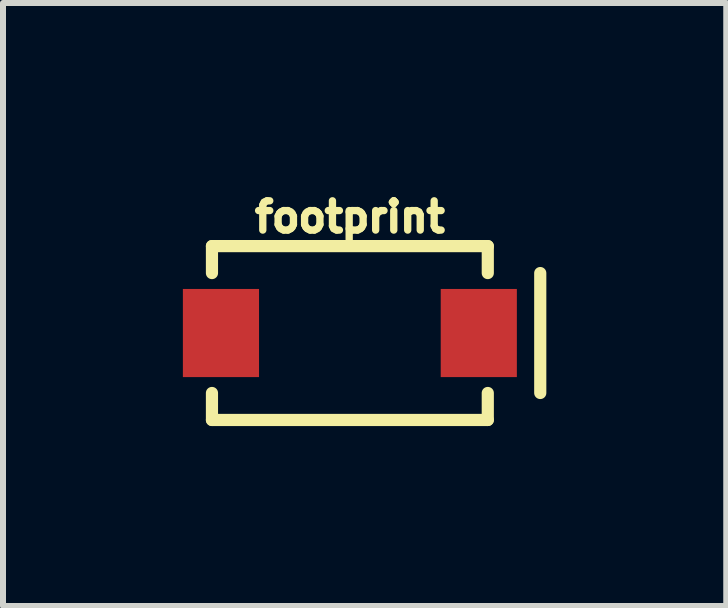
<source format=kicad_pcb>
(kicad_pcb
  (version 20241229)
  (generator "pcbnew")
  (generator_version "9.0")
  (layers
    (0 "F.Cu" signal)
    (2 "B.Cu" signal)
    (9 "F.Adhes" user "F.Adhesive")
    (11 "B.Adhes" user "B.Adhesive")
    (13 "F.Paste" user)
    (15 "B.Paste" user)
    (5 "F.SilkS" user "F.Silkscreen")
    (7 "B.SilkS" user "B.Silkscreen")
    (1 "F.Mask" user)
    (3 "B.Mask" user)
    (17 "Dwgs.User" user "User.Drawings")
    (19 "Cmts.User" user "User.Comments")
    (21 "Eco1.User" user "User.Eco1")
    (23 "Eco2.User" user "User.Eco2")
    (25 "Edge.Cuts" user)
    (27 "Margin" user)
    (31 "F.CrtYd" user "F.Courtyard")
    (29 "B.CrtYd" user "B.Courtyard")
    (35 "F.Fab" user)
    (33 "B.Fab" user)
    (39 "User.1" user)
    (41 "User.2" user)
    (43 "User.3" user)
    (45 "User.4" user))
  (footprint "footprint"
    (layer "F.Cu")
    (at 2.785 2.504)
    (property "Reference" "footprint" (at 0 -1.651 0) (layer "F.SilkS") (effects (font (size 0.488 0.488) (thickness 0.122)) (justify bottom)))
    (fp_line (start -2.3 -1.45) (end 2.3 -1.45) (stroke (width 0.203) (type solid)) (layer "F.SilkS"))
    (fp_line (start -2.3 -1) (end -2.3 -1.45) (stroke (width 0.203) (type solid)) (layer "F.SilkS"))
    (fp_line (start -2.3 1.45) (end -2.3 1) (stroke (width 0.203) (type solid)) (layer "F.SilkS"))
    (fp_line (start 2.3 -1.45) (end 2.3 -1) (stroke (width 0.203) (type solid)) (layer "F.SilkS"))
    (fp_line (start 2.3 1) (end 2.3 1.45) (stroke (width 0.203) (type solid)) (layer "F.SilkS"))
    (fp_line (start 2.3 1.45) (end -2.3 1.45) (stroke (width 0.203) (type solid)) (layer "F.SilkS"))
    (fp_line (start 3.175 -1) (end 3.175 1) (stroke (width 0.203) (type solid)) (layer "F.SilkS"))
    (pad "A" smd rect (at -2.15 0 180) (size 1.27 1.47) (layers "F.Cu" "F.Mask" "F.Paste"))
    (pad "C" smd rect (at 2.15 0) (size 1.27 1.47) (layers "F.Cu" "F.Mask" "F.Paste")))
  (gr_rect
    (start -3 -3)
    (end 9.062 7.056)
    (stroke (width 0.1) (type default))
    (fill no)
    (layer "Edge.Cuts")))
</source>
